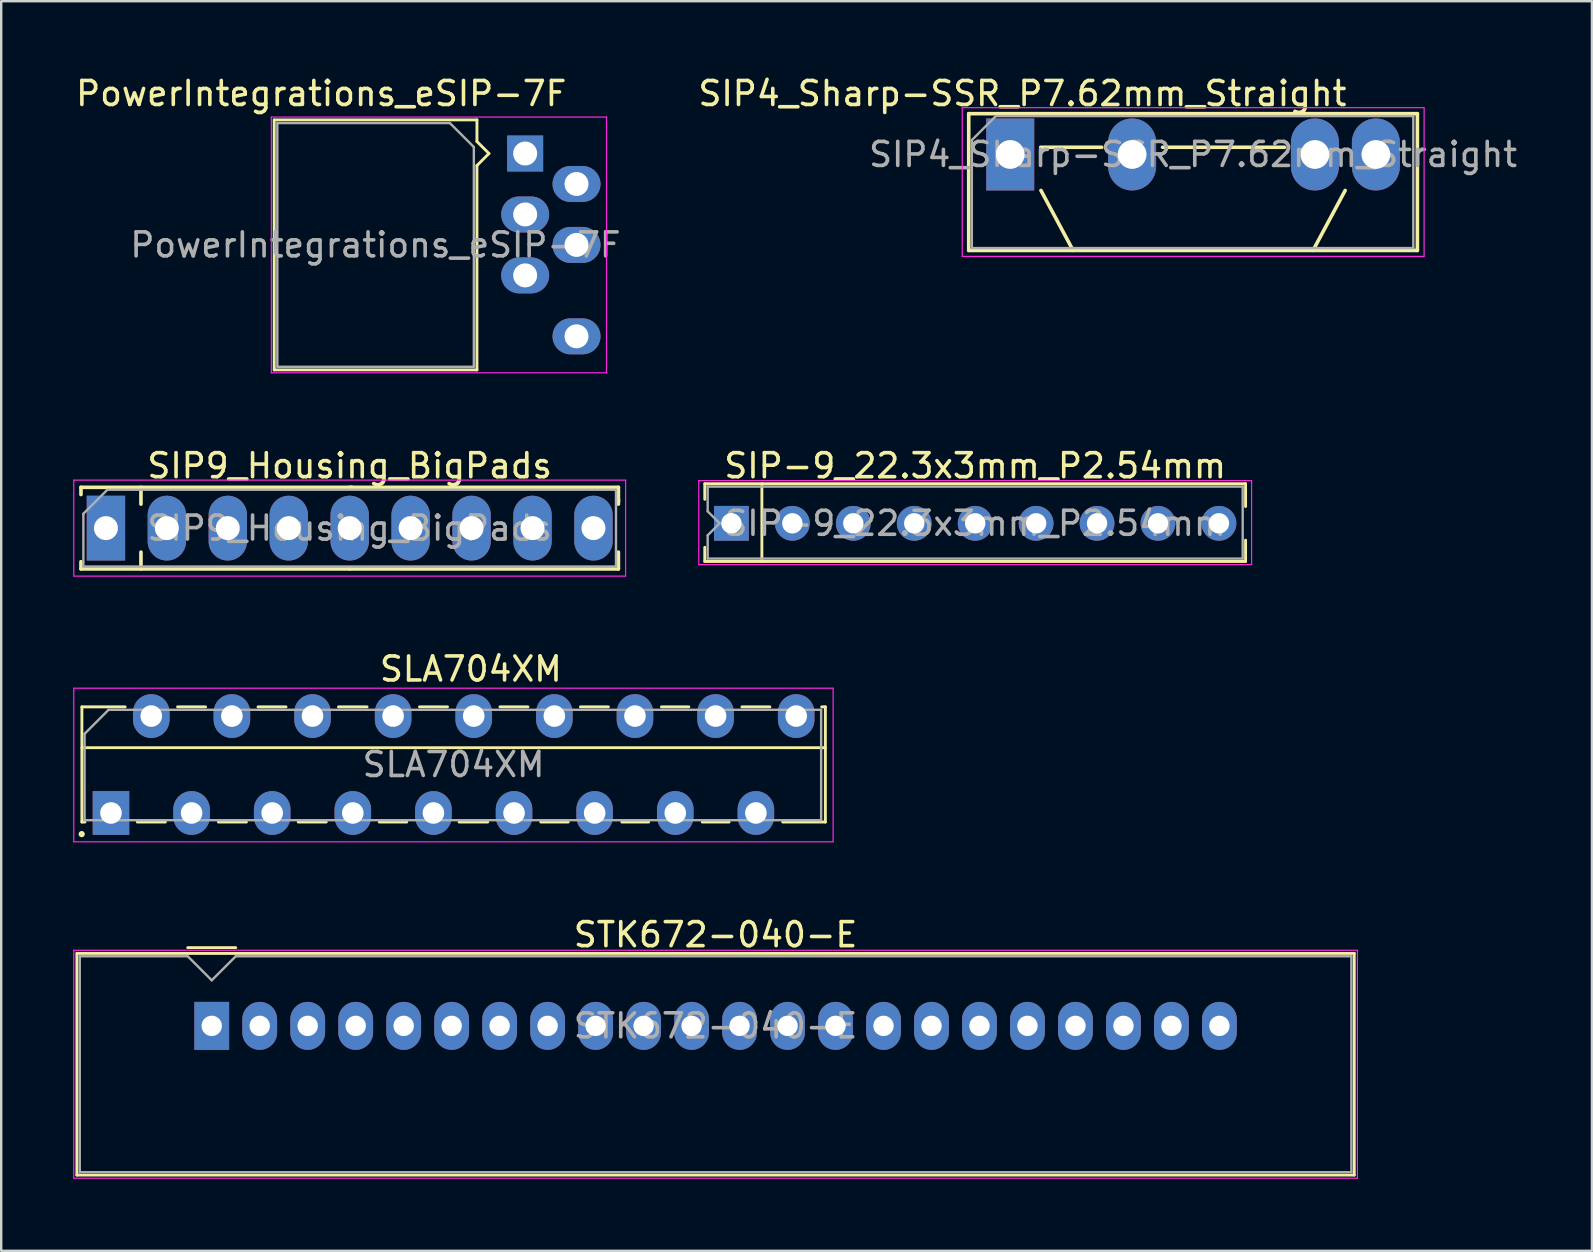
<source format=kicad_pcb>
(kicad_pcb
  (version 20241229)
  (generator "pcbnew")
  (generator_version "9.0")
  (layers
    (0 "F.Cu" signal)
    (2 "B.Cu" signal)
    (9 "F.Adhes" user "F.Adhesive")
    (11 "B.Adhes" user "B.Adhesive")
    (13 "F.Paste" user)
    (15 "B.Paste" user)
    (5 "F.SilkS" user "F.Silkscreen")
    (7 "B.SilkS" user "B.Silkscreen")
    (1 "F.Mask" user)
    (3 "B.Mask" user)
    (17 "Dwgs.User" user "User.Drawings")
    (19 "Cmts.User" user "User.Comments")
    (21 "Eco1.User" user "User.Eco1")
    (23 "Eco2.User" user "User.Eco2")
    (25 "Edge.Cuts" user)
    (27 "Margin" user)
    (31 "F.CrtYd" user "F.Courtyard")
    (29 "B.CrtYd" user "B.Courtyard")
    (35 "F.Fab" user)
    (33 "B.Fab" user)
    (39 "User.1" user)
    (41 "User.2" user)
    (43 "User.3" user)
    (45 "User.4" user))
  (footprint "STK672-040-E"
    (layer "F.Cu")
    (at 5.775 39.708)
    (property "Reference" "STK672-040-E" (at 21 -3.8 0) (layer "F.SilkS") (effects (font (size 1 1) (thickness 0.15))))
    (attr through_hole)
    (fp_line (start -5.62 -3.02) (end 47.62 -3.02) (stroke (width 0.12) (type solid)) (layer "F.SilkS"))
    (fp_line (start -5.62 6.22) (end -5.62 -3.02) (stroke (width 0.12) (type solid)) (layer "F.SilkS"))
    (fp_line (start -1 -3.26) (end 1 -3.26) (stroke (width 0.12) (type solid)) (layer "F.SilkS"))
    (fp_line (start 47.62 -3.02) (end 47.62 6.22) (stroke (width 0.12) (type solid)) (layer "F.SilkS"))
    (fp_line (start 47.62 6.22) (end -5.62 6.22) (stroke (width 0.12) (type solid)) (layer "F.SilkS"))
    (fp_line (start -5.75 -3.15) (end 47.75 -3.15) (stroke (width 0.05) (type solid)) (layer "F.CrtYd"))
    (fp_line (start -5.75 6.35) (end -5.75 -3.15) (stroke (width 0.05) (type solid)) (layer "F.CrtYd"))
    (fp_line (start 47.75 -3.15) (end 47.75 6.35) (stroke (width 0.05) (type solid)) (layer "F.CrtYd"))
    (fp_line (start 47.75 6.35) (end -5.75 6.35) (stroke (width 0.05) (type solid)) (layer "F.CrtYd"))
    (fp_line (start -5.5 -2.9) (end -1 -2.9) (stroke (width 0.1) (type solid)) (layer "F.Fab"))
    (fp_line (start -5.5 6.1) (end -5.5 -2.9) (stroke (width 0.1) (type solid)) (layer "F.Fab"))
    (fp_line (start -1 -2.9) (end 0 -1.9) (stroke (width 0.1) (type solid)) (layer "F.Fab"))
    (fp_line (start 0 -1.9) (end 1 -2.9) (stroke (width 0.1) (type solid)) (layer "F.Fab"))
    (fp_line (start 1 -2.9) (end 47.5 -2.9) (stroke (width 0.1) (type solid)) (layer "F.Fab"))
    (fp_line (start 47.5 -2.9) (end 47.5 6.1) (stroke (width 0.1) (type solid)) (layer "F.Fab"))
    (fp_line (start 47.5 6.1) (end -5.5 6.1) (stroke (width 0.1) (type solid)) (layer "F.Fab"))
    (fp_text user "${REFERENCE}" (at 21 0 0) (layer "F.Fab") (effects (font (size 1 1) (thickness 0.15))))
    (pad "1" thru_hole rect (at 0 0) (size 1.45 2) (drill 0.85) (layers "*.Cu" "*.Mask"))
    (pad "2" thru_hole oval (at 2 0) (size 1.45 2) (drill 0.85) (layers "*.Cu" "*.Mask"))
    (pad "3" thru_hole oval (at 4 0) (size 1.45 2) (drill 0.85) (layers "*.Cu" "*.Mask"))
    (pad "4" thru_hole oval (at 6 0) (size 1.45 2) (drill 0.85) (layers "*.Cu" "*.Mask"))
    (pad "5" thru_hole oval (at 8 0) (size 1.45 2) (drill 0.85) (layers "*.Cu" "*.Mask"))
    (pad "6" thru_hole oval (at 10 0) (size 1.45 2) (drill 0.85) (layers "*.Cu" "*.Mask"))
    (pad "7" thru_hole oval (at 12 0) (size 1.45 2) (drill 0.85) (layers "*.Cu" "*.Mask"))
    (pad "8" thru_hole oval (at 14 0) (size 1.45 2) (drill 0.85) (layers "*.Cu" "*.Mask"))
    (pad "9" thru_hole oval (at 16 0) (size 1.45 2) (drill 0.85) (layers "*.Cu" "*.Mask"))
    (pad "10" thru_hole oval (at 18 0) (size 1.45 2) (drill 0.85) (layers "*.Cu" "*.Mask"))
    (pad "11" thru_hole oval (at 20 0) (size 1.45 2) (drill 0.85) (layers "*.Cu" "*.Mask"))
    (pad "12" thru_hole oval (at 22 0) (size 1.45 2) (drill 0.85) (layers "*.Cu" "*.Mask"))
    (pad "13" thru_hole oval (at 24 0) (size 1.45 2) (drill 0.85) (layers "*.Cu" "*.Mask"))
    (pad "14" thru_hole oval (at 26 0) (size 1.45 2) (drill 0.85) (layers "*.Cu" "*.Mask"))
    (pad "15" thru_hole oval (at 28 0) (size 1.45 2) (drill 0.85) (layers "*.Cu" "*.Mask"))
    (pad "16" thru_hole oval (at 30 0) (size 1.45 2) (drill 0.85) (layers "*.Cu" "*.Mask"))
    (pad "17" thru_hole oval (at 32 0) (size 1.45 2) (drill 0.85) (layers "*.Cu" "*.Mask"))
    (pad "18" thru_hole oval (at 34 0) (size 1.45 2) (drill 0.85) (layers "*.Cu" "*.Mask"))
    (pad "19" thru_hole oval (at 36 0) (size 1.45 2) (drill 0.85) (layers "*.Cu" "*.Mask"))
    (pad "20" thru_hole oval (at 38 0) (size 1.45 2) (drill 0.85) (layers "*.Cu" "*.Mask"))
    (pad "21" thru_hole oval (at 40 0) (size 1.45 2) (drill 0.85) (layers "*.Cu" "*.Mask"))
    (pad "22" thru_hole oval (at 42 0) (size 1.45 2) (drill 0.85) (layers "*.Cu" "*.Mask")))
  (footprint "SIP-9_22.3x3mm_P2.54mm"
    (layer "F.Cu")
    (at 27.435 18.762)
    (property "Reference" "SIP-9_22.3x3mm_P2.54mm" (at 10.16 -2.4 0) (layer "F.SilkS") (effects (font (size 1 1) (thickness 0.15))))
    (attr through_hole)
    (fp_line (start -1.11 -1.65) (end -1.11 -1) (stroke (width 0.12) (type solid)) (layer "F.SilkS"))
    (fp_line (start -1.11 1.59) (end -1.11 1) (stroke (width 0.12) (type solid)) (layer "F.SilkS"))
    (fp_line (start 1.27 1.59) (end 1.27 -1.65) (stroke (width 0.12) (type solid)) (layer "F.SilkS"))
    (fp_line (start 21.43 -1.65) (end -1.11 -1.65) (stroke (width 0.12) (type solid)) (layer "F.SilkS"))
    (fp_line (start 21.43 -1.65) (end 21.43 -0.7) (stroke (width 0.12) (type solid)) (layer "F.SilkS"))
    (fp_line (start 21.43 1.59) (end -1.11 1.59) (stroke (width 0.12) (type solid)) (layer "F.SilkS"))
    (fp_line (start 21.43 1.59) (end 21.43 0.7) (stroke (width 0.12) (type solid)) (layer "F.SilkS"))
    (fp_line (start -1.36 -1.78) (end 21.68 -1.78) (stroke (width 0.05) (type solid)) (layer "F.CrtYd"))
    (fp_line (start -1.36 1.72) (end -1.36 -1.78) (stroke (width 0.05) (type solid)) (layer "F.CrtYd"))
    (fp_line (start 21.68 -1.78) (end 21.68 1.72) (stroke (width 0.05) (type solid)) (layer "F.CrtYd"))
    (fp_line (start 21.68 1.72) (end -1.36 1.72) (stroke (width 0.05) (type solid)) (layer "F.CrtYd"))
    (fp_line (start -0.99 -1.53) (end -0.99 -0.5) (stroke (width 0.1) (type solid)) (layer "F.Fab"))
    (fp_line (start -0.99 -0.5) (end -0.49 0) (stroke (width 0.1) (type solid)) (layer "F.Fab"))
    (fp_line (start -0.99 0.5) (end -0.99 1.47) (stroke (width 0.1) (type solid)) (layer "F.Fab"))
    (fp_line (start -0.49 0) (end -0.99 0.5) (stroke (width 0.1) (type solid)) (layer "F.Fab"))
    (fp_line (start 21.31 -1.53) (end -0.99 -1.53) (stroke (width 0.1) (type solid)) (layer "F.Fab"))
    (fp_line (start 21.31 -1.53) (end 21.31 1.47) (stroke (width 0.1) (type solid)) (layer "F.Fab"))
    (fp_line (start 21.31 1.47) (end -0.99 1.47) (stroke (width 0.1) (type solid)) (layer "F.Fab"))
    (fp_text user "${REFERENCE}" (at 10.16 0 0) (layer "F.Fab") (effects (font (size 1 1) (thickness 0.15))))
    (pad "1" thru_hole rect (at 0 0 90) (size 1.45 1.45) (drill 0.85) (layers "*.Cu" "*.Mask"))
    (pad "2" thru_hole circle (at 2.54 0 90) (size 1.45 1.45) (drill 0.85) (layers "*.Cu" "*.Mask"))
    (pad "3" thru_hole circle (at 5.08 0 90) (size 1.45 1.45) (drill 0.85) (layers "*.Cu" "*.Mask"))
    (pad "4" thru_hole circle (at 7.62 0 90) (size 1.45 1.45) (drill 0.85) (layers "*.Cu" "*.Mask"))
    (pad "5" thru_hole circle (at 10.16 0 90) (size 1.45 1.45) (drill 0.85) (layers "*.Cu" "*.Mask"))
    (pad "6" thru_hole circle (at 12.7 0 90) (size 1.45 1.45) (drill 0.85) (layers "*.Cu" "*.Mask"))
    (pad "7" thru_hole circle (at 15.24 0 90) (size 1.45 1.45) (drill 0.85) (layers "*.Cu" "*.Mask"))
    (pad "8" thru_hole circle (at 17.78 0 90) (size 1.45 1.45) (drill 0.85) (layers "*.Cu" "*.Mask"))
    (pad "9" thru_hole circle (at 20.32 0 90) (size 1.45 1.45) (drill 0.85) (layers "*.Cu" "*.Mask")))
  (footprint "SIP4_Sharp-SSR_P7.62mm_Straight"
    (layer "F.Cu")
    (at 39.056 3.388)
    (property "Reference" "SIP4_Sharp-SSR_P7.62mm_Straight" (at 0.508 -2.54 0) (layer "F.SilkS") (effects (font (size 1 1) (thickness 0.15))))
    (attr through_hole)
    (fp_line (start -1.73 -1.7) (end 16.97 -1.7) (stroke (width 0.15) (type solid)) (layer "F.SilkS"))
    (fp_line (start -1.73 4) (end -1.73 -1.7) (stroke (width 0.15) (type solid)) (layer "F.SilkS"))
    (fp_line (start 1.27 -0.3) (end 3.81 -0.3) (stroke (width 0.15) (type solid)) (layer "F.SilkS"))
    (fp_line (start 2.62 4) (end 1.28 1.5) (stroke (width 0.15) (type solid)) (layer "F.SilkS"))
    (fp_line (start 6.35 -0.3) (end 11.43 -0.3) (stroke (width 0.15) (type solid)) (layer "F.SilkS"))
    (fp_line (start 12.62 4) (end 13.96 1.5) (stroke (width 0.15) (type solid)) (layer "F.SilkS"))
    (fp_line (start 16.97 -1.7) (end 16.97 4) (stroke (width 0.15) (type solid)) (layer "F.SilkS"))
    (fp_line (start 16.97 4) (end -1.73 4) (stroke (width 0.15) (type solid)) (layer "F.SilkS"))
    (fp_line (start -2 -1.95) (end 17.25 -1.95) (stroke (width 0.05) (type solid)) (layer "F.CrtYd"))
    (fp_line (start -2 4.25) (end -2 -1.95) (stroke (width 0.05) (type solid)) (layer "F.CrtYd"))
    (fp_line (start 17.25 -1.95) (end 17.25 4.25) (stroke (width 0.05) (type solid)) (layer "F.CrtYd"))
    (fp_line (start 17.25 4.25) (end -2 4.25) (stroke (width 0.05) (type solid)) (layer "F.CrtYd"))
    (fp_line (start -1.6 -0.6) (end -1.6 3.9) (stroke (width 0.1) (type solid)) (layer "F.Fab"))
    (fp_line (start -1.6 3.9) (end 16.8 3.9) (stroke (width 0.1) (type solid)) (layer "F.Fab"))
    (fp_line (start -0.6 -1.6) (end -1.6 -0.6) (stroke (width 0.1) (type solid)) (layer "F.Fab"))
    (fp_line (start 16.8 -1.6) (end -0.6 -1.6) (stroke (width 0.1) (type solid)) (layer "F.Fab"))
    (fp_line (start 16.8 3.9) (end 16.8 -1.6) (stroke (width 0.1) (type solid)) (layer "F.Fab"))
    (fp_text user "${REFERENCE}" (at 7.62 0 0) (layer "F.Fab") (effects (font (size 1 1) (thickness 0.15))))
    (pad "1" thru_hole rect (at 0 0) (size 2 3) (drill 1.2) (layers "*.Cu" "*.Mask"))
    (pad "2" thru_hole oval (at 5.08 0) (size 2 3) (drill 1.2) (layers "*.Cu" "*.Mask"))
    (pad "3" thru_hole oval (at 12.7 0) (size 2 3) (drill 1.2) (layers "*.Cu" "*.Mask"))
    (pad "4" thru_hole oval (at 15.24 0) (size 2 3) (drill 1.2) (layers "*.Cu" "*.Mask")))
  (footprint "SLA704XM"
    (layer "F.Cu")
    (at 1.575 30.835)
    (property "Reference" "SLA704XM" (at 15 -6 0) (layer "F.SilkS") (effects (font (size 1 1) (thickness 0.15))))
    (attr through_hole)
    (fp_line (start -1.212 -4.423) (end 0.591 -4.423) (stroke (width 0.12) (type solid)) (layer "F.SilkS"))
    (fp_line (start -1.212 -2.721) (end 29.776 -2.721) (stroke (width 0.12) (type solid)) (layer "F.SilkS"))
    (fp_line (start -1.212 0.377) (end -1.212 -4.423) (stroke (width 0.12) (type solid)) (layer "F.SilkS"))
    (fp_line (start -1.212 0.377) (end -1.085 0.377) (stroke (width 0.12) (type solid)) (layer "F.SilkS"))
    (fp_line (start 1.099 0.377) (end 2.268 0.377) (stroke (width 0.12) (type solid)) (layer "F.SilkS"))
    (fp_line (start 2.776 -4.423) (end 3.944 -4.423) (stroke (width 0.12) (type solid)) (layer "F.SilkS"))
    (fp_line (start 4.477 0.377) (end 5.646 0.377) (stroke (width 0.12) (type solid)) (layer "F.SilkS"))
    (fp_line (start 6.128 -4.423) (end 7.297 -4.423) (stroke (width 0.12) (type solid)) (layer "F.SilkS"))
    (fp_line (start 7.805 0.377) (end 8.973 0.377) (stroke (width 0.12) (type solid)) (layer "F.SilkS"))
    (fp_line (start 9.481 -4.423) (end 10.675 -4.423) (stroke (width 0.12) (type solid)) (layer "F.SilkS"))
    (fp_line (start 11.183 0.377) (end 12.326 0.377) (stroke (width 0.12) (type solid)) (layer "F.SilkS"))
    (fp_line (start 12.859 -4.423) (end 14.028 -4.423) (stroke (width 0.12) (type solid)) (layer "F.SilkS"))
    (fp_line (start 14.51 0.377) (end 15.704 0.377) (stroke (width 0.12) (type solid)) (layer "F.SilkS"))
    (fp_line (start 16.212 -4.423) (end 17.381 -4.423) (stroke (width 0.12) (type solid)) (layer "F.SilkS"))
    (fp_line (start 17.914 0.377) (end 19.057 0.377) (stroke (width 0.12) (type solid)) (layer "F.SilkS"))
    (fp_line (start 19.565 -4.423) (end 20.733 -4.423) (stroke (width 0.12) (type solid)) (layer "F.SilkS"))
    (fp_line (start 21.292 0.377) (end 22.41 0.377) (stroke (width 0.12) (type solid)) (layer "F.SilkS"))
    (fp_line (start 22.943 -4.423) (end 24.086 -4.423) (stroke (width 0.12) (type solid)) (layer "F.SilkS"))
    (fp_line (start 24.645 0.377) (end 25.763 0.377) (stroke (width 0.12) (type solid)) (layer "F.SilkS"))
    (fp_line (start 26.296 -4.423) (end 27.464 -4.423) (stroke (width 0.12) (type solid)) (layer "F.SilkS"))
    (fp_line (start 29.623 -4.423) (end 29.776 -4.423) (stroke (width 0.12) (type solid)) (layer "F.SilkS"))
    (fp_line (start 29.776 -4.423) (end 29.776 0.377) (stroke (width 0.12) (type solid)) (layer "F.SilkS"))
    (fp_line (start 29.776 0.377) (end 27.998 0.377) (stroke (width 0.12) (type solid)) (layer "F.SilkS"))
    (fp_circle (center -1.22 0.88) (end -1.22 0.87) (stroke (width 0.12) (type solid)) (fill no) (layer "F.SilkS"))
    (fp_line (start -1.55 -5.2) (end 30.1 -5.2) (stroke (width 0.05) (type solid)) (layer "F.CrtYd"))
    (fp_line (start -1.55 1.2) (end -1.55 -5.2) (stroke (width 0.05) (type solid)) (layer "F.CrtYd"))
    (fp_line (start 30.1 -5.2) (end 30.1 1.2) (stroke (width 0.05) (type solid)) (layer "F.CrtYd"))
    (fp_line (start 30.1 1.2) (end -1.55 1.2) (stroke (width 0.05) (type solid)) (layer "F.CrtYd"))
    (fp_line (start -1.1 -3.3) (end -0.1 -4.3) (stroke (width 0.1) (type solid)) (layer "F.Fab"))
    (fp_line (start -1.1 0.3) (end -1.1 -3.3) (stroke (width 0.1) (type solid)) (layer "F.Fab"))
    (fp_line (start -0.1 -4.3) (end 29.6 -4.3) (stroke (width 0.1) (type solid)) (layer "F.Fab"))
    (fp_line (start 29.6 -4.3) (end 29.6 0.3) (stroke (width 0.1) (type solid)) (layer "F.Fab"))
    (fp_line (start 29.6 0.3) (end -1.1 0.3) (stroke (width 0.1) (type solid)) (layer "F.Fab"))
    (fp_text user "${REFERENCE}" (at 14.28 -2.02 0) (layer "F.Fab") (effects (font (size 1 1) (thickness 0.15))))
    (pad "1" thru_hole rect (at 0 0) (size 1.524 1.824) (drill 0.9) (layers "*.Cu" "*.Mask"))
    (pad "2" thru_hole oval (at 1.68 -4.04) (size 1.524 1.824) (drill 0.9) (layers "*.Cu" "*.Mask"))
    (pad "3" thru_hole oval (at 3.36 0) (size 1.524 1.824) (drill 0.9) (layers "*.Cu" "*.Mask"))
    (pad "4" thru_hole oval (at 5.04 -4.04) (size 1.524 1.824) (drill 0.9) (layers "*.Cu" "*.Mask"))
    (pad "5" thru_hole oval (at 6.72 0) (size 1.524 1.824) (drill 0.9) (layers "*.Cu" "*.Mask"))
    (pad "6" thru_hole oval (at 8.4 -4.04) (size 1.524 1.824) (drill 0.9) (layers "*.Cu" "*.Mask"))
    (pad "7" thru_hole oval (at 10.08 0) (size 1.524 1.824) (drill 0.9) (layers "*.Cu" "*.Mask"))
    (pad "8" thru_hole oval (at 11.76 -4.04) (size 1.524 1.824) (drill 0.9) (layers "*.Cu" "*.Mask"))
    (pad "9" thru_hole oval (at 13.44 0) (size 1.524 1.824) (drill 0.9) (layers "*.Cu" "*.Mask"))
    (pad "10" thru_hole oval (at 15.12 -4.04) (size 1.524 1.824) (drill 0.9) (layers "*.Cu" "*.Mask"))
    (pad "11" thru_hole oval (at 16.8 0) (size 1.524 1.824) (drill 0.9) (layers "*.Cu" "*.Mask"))
    (pad "12" thru_hole oval (at 18.48 -4.04) (size 1.524 1.824) (drill 0.9) (layers "*.Cu" "*.Mask"))
    (pad "13" thru_hole oval (at 20.16 0) (size 1.524 1.824) (drill 0.9) (layers "*.Cu" "*.Mask"))
    (pad "14" thru_hole oval (at 21.84 -4.04) (size 1.524 1.824) (drill 0.9) (layers "*.Cu" "*.Mask"))
    (pad "15" thru_hole oval (at 23.52 0) (size 1.524 1.824) (drill 0.9) (layers "*.Cu" "*.Mask"))
    (pad "16" thru_hole oval (at 25.2 -4.04) (size 1.524 1.824) (drill 0.9) (layers "*.Cu" "*.Mask"))
    (pad "17" thru_hole oval (at 26.88 0) (size 1.524 1.824) (drill 0.9) (layers "*.Cu" "*.Mask"))
    (pad "18" thru_hole oval (at 28.56 -4.04) (size 1.524 1.824) (drill 0.9) (layers "*.Cu" "*.Mask")))
  (footprint "PowerIntegrations_eSIP-7F"
    (layer "F.Cu")
    (at 18.839 3.348)
    (property "Reference" "PowerIntegrations_eSIP-7F" (at -8.5 -2.5 0) (layer "F.SilkS") (effects (font (size 1 1) (thickness 0.15))))
    (attr through_hole)
    (fp_line (start -10.46 -1.4) (end -2.01 -1.4) (stroke (width 0.12) (type solid)) (layer "F.SilkS"))
    (fp_line (start -10.46 9.02) (end -10.46 -1.4) (stroke (width 0.12) (type solid)) (layer "F.SilkS"))
    (fp_line (start -2.01 -0.5) (end -2.01 -1.4) (stroke (width 0.12) (type solid)) (layer "F.SilkS"))
    (fp_line (start -2.01 0.5) (end -2.01 9.02) (stroke (width 0.12) (type solid)) (layer "F.SilkS"))
    (fp_line (start -2.01 0.5) (end -1.51 0) (stroke (width 0.12) (type solid)) (layer "F.SilkS"))
    (fp_line (start -2.01 9.02) (end -10.46 9.02) (stroke (width 0.12) (type solid)) (layer "F.SilkS"))
    (fp_line (start -1.51 0) (end -2.01 -0.5) (stroke (width 0.12) (type solid)) (layer "F.SilkS"))
    (fp_line (start -10.58 -1.52) (end 3.39 -1.52) (stroke (width 0.05) (type solid)) (layer "F.CrtYd"))
    (fp_line (start -10.58 9.14) (end -10.58 -1.52) (stroke (width 0.05) (type solid)) (layer "F.CrtYd"))
    (fp_line (start 3.39 -1.52) (end 3.39 9.14) (stroke (width 0.05) (type solid)) (layer "F.CrtYd"))
    (fp_line (start 3.39 9.14) (end -10.58 9.14) (stroke (width 0.05) (type solid)) (layer "F.CrtYd"))
    (fp_line (start -10.33 -1.27) (end -3.14 -1.27) (stroke (width 0.1) (type solid)) (layer "F.Fab"))
    (fp_line (start -10.33 8.89) (end -10.33 -1.27) (stroke (width 0.1) (type solid)) (layer "F.Fab"))
    (fp_line (start -3.14 -1.27) (end -2.14 -0.27) (stroke (width 0.1) (type solid)) (layer "F.Fab"))
    (fp_line (start -2.14 -0.27) (end -2.14 8.89) (stroke (width 0.1) (type solid)) (layer "F.Fab"))
    (fp_line (start -2.14 8.89) (end -10.33 8.89) (stroke (width 0.1) (type solid)) (layer "F.Fab"))
    (fp_text user "${REFERENCE}" (at -6.24 3.81 0) (layer "F.Fab") (effects (font (size 1 1) (thickness 0.15))))
    (pad "1" thru_hole rect (at 0 0) (size 1.5 1.5) (drill 1) (layers "*.Cu" "*.Mask"))
    (pad "2" thru_hole oval (at 2.14 1.27) (size 2 1.5) (drill 1) (layers "*.Cu" "*.Mask"))
    (pad "3" thru_hole oval (at 0 2.54) (size 2 1.5) (drill 1) (layers "*.Cu" "*.Mask"))
    (pad "4" thru_hole oval (at 2.14 3.81) (size 2 1.5) (drill 1) (layers "*.Cu" "*.Mask"))
    (pad "5" thru_hole oval (at 0 5.08) (size 2 1.5) (drill 1) (layers "*.Cu" "*.Mask"))
    (pad "7" thru_hole oval (at 2.14 7.62) (size 2 1.5) (drill 1) (layers "*.Cu" "*.Mask")))
  (footprint "SIP9_Housing_BigPads"
    (layer "F.Cu")
    (at 1.365 18.962)
    (property "Reference" "SIP9_Housing_BigPads" (at 10.16 -2.6 0) (layer "F.SilkS") (effects (font (size 1 1) (thickness 0.15))))
    (attr through_hole)
    (fp_line (start -1.04 -1.7) (end -1.04 -1.4) (stroke (width 0.15) (type solid)) (layer "F.SilkS"))
    (fp_line (start -1.04 1.7) (end -1.04 1.4) (stroke (width 0.15) (type solid)) (layer "F.SilkS"))
    (fp_line (start 1.46 -1.7) (end 1.46 -1) (stroke (width 0.15) (type solid)) (layer "F.SilkS"))
    (fp_line (start 1.46 1.7) (end 1.46 1) (stroke (width 0.15) (type solid)) (layer "F.SilkS"))
    (fp_line (start 10.16 -1.7) (end 21.36 -1.7) (stroke (width 0.15) (type solid)) (layer "F.SilkS"))
    (fp_line (start 10.16 1.7) (end -1.04 1.7) (stroke (width 0.15) (type solid)) (layer "F.SilkS"))
    (fp_line (start 10.16 1.7) (end 21.36 1.7) (stroke (width 0.15) (type solid)) (layer "F.SilkS"))
    (fp_line (start 10.26 -1.7) (end -1.04 -1.7) (stroke (width 0.15) (type solid)) (layer "F.SilkS"))
    (fp_line (start 21.36 -1.7) (end 21.36 -1.1) (stroke (width 0.15) (type solid)) (layer "F.SilkS"))
    (fp_line (start 21.36 -1.2) (end 21.36 -1) (stroke (width 0.15) (type solid)) (layer "F.SilkS"))
    (fp_line (start 21.36 1.7) (end 21.36 1) (stroke (width 0.15) (type solid)) (layer "F.SilkS"))
    (fp_line (start -1.34 -2) (end -1.34 2) (stroke (width 0.05) (type solid)) (layer "F.CrtYd"))
    (fp_line (start -1.34 2) (end 21.66 2) (stroke (width 0.05) (type solid)) (layer "F.CrtYd"))
    (fp_line (start 21.66 -2) (end -1.34 -2) (stroke (width 0.05) (type solid)) (layer "F.CrtYd"))
    (fp_line (start 21.66 2) (end 21.66 -2) (stroke (width 0.05) (type solid)) (layer "F.CrtYd"))
    (fp_line (start -0.94 -0.6) (end 0.06 -1.6) (stroke (width 0.1) (type solid)) (layer "F.Fab"))
    (fp_line (start -0.94 1.6) (end -0.94 -0.6) (stroke (width 0.1) (type solid)) (layer "F.Fab"))
    (fp_line (start 0.06 -1.6) (end 21.26 -1.6) (stroke (width 0.1) (type solid)) (layer "F.Fab"))
    (fp_line (start 21.26 -1.6) (end 21.26 1.6) (stroke (width 0.1) (type solid)) (layer "F.Fab"))
    (fp_line (start 21.26 1.6) (end -0.94 1.6) (stroke (width 0.1) (type solid)) (layer "F.Fab"))
    (fp_text user "${REFERENCE}" (at 10.16 0 0) (layer "F.Fab") (effects (font (size 1 1) (thickness 0.15))))
    (pad "1" thru_hole rect (at 0 0 90) (size 2.7 1.6) (drill 1) (layers "*.Cu" "*.Mask"))
    (pad "2" thru_hole oval (at 2.54 0 90) (size 2.7 1.6) (drill 1) (layers "*.Cu" "*.Mask"))
    (pad "3" thru_hole oval (at 5.08 0 90) (size 2.7 1.6) (drill 1) (layers "*.Cu" "*.Mask"))
    (pad "4" thru_hole oval (at 7.62 0 90) (size 2.7 1.6) (drill 1) (layers "*.Cu" "*.Mask"))
    (pad "5" thru_hole oval (at 10.16 0 90) (size 2.7 1.6) (drill 1) (layers "*.Cu" "*.Mask"))
    (pad "6" thru_hole oval (at 12.7 0 90) (size 2.7 1.6) (drill 1) (layers "*.Cu" "*.Mask"))
    (pad "7" thru_hole oval (at 15.24 0 90) (size 2.7 1.6) (drill 1) (layers "*.Cu" "*.Mask"))
    (pad "8" thru_hole oval (at 17.78 0 90) (size 2.7 1.6) (drill 1) (layers "*.Cu" "*.Mask"))
    (pad "9" thru_hole oval (at 20.32 0 90) (size 2.7 1.6) (drill 1) (layers "*.Cu" "*.Mask")))
  (gr_rect
    (start -3 -3)
    (end 63.301 49.083)
    (stroke (width 0.1) (type default))
    (fill no)
    (layer "Edge.Cuts")))
</source>
